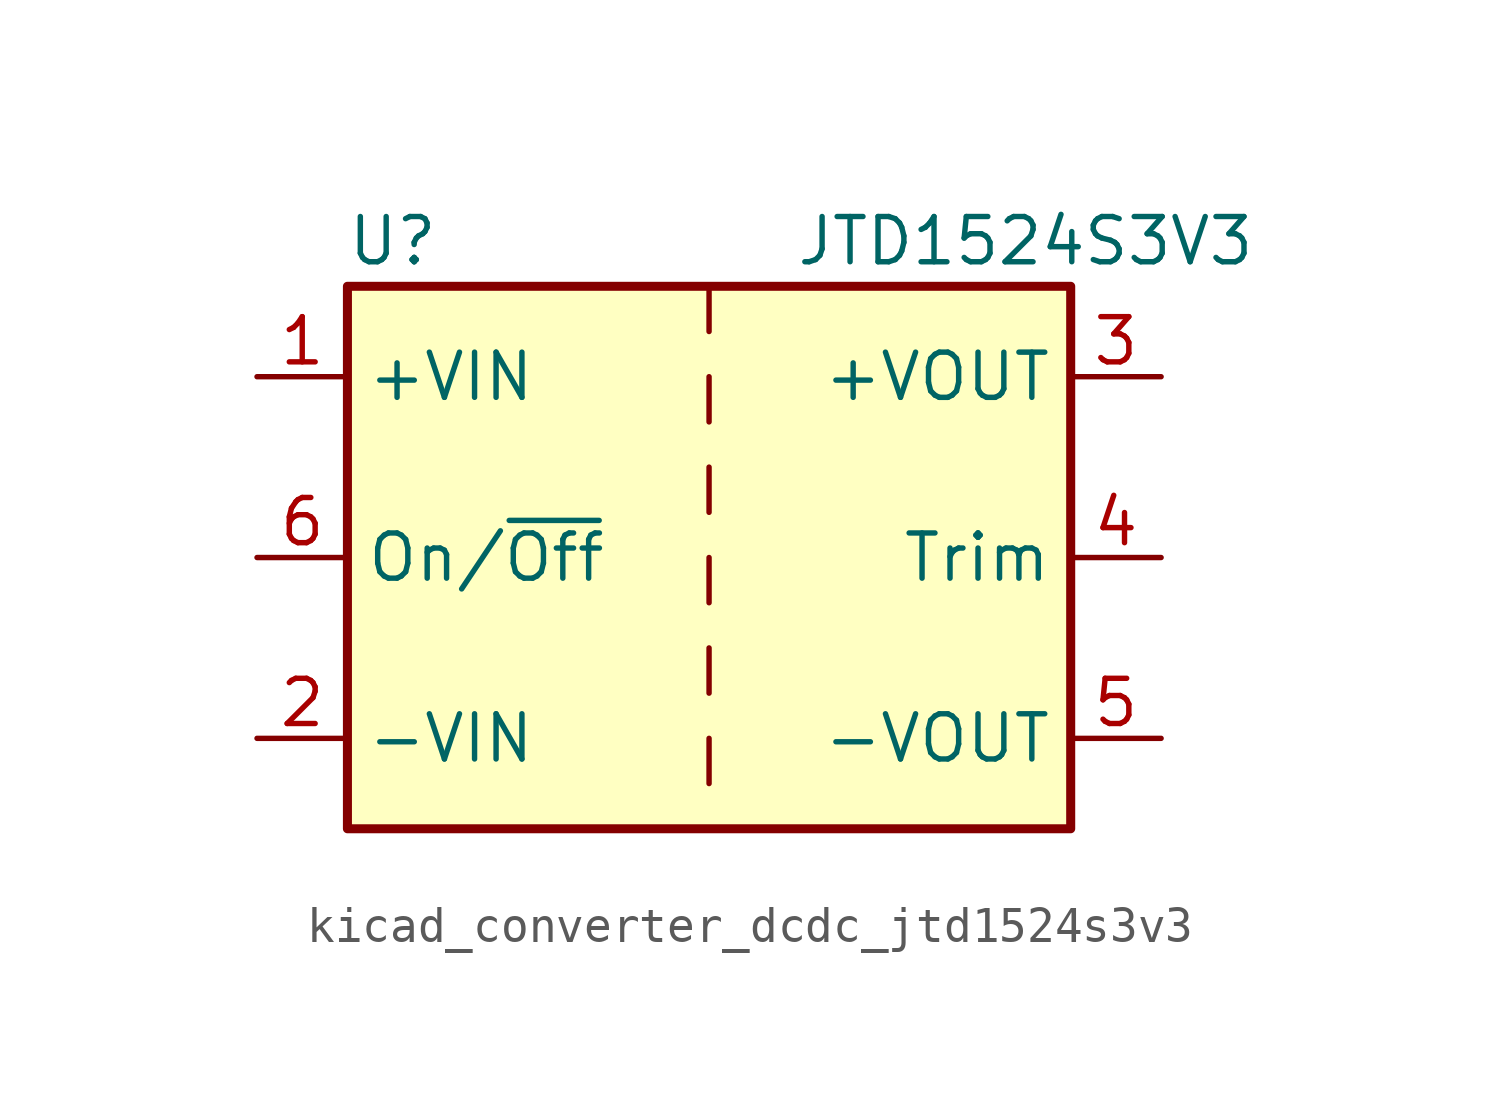
<source format=kicad_sym>
(kicad_symbol_lib
  (version 20220914)
  (generator kicad_symbol_editor)
  (symbol "kicad_converter_dcdc_jtd1524s3v3"
    (property "Reference" "U"
      (at -8.89 8.89 0)
      (effects (font (size 1.27 1.27))))
    (property "Value" "JTD1524S3V3"
      (at 8.89 8.89 0)
      (effects (font (size 1.27 1.27))))
    (symbol "kicad_converter_dcdc_jtd1524s3v3_0_1"
      (rectangle (start -10.16 7.62) (end 10.16 -7.62) (stroke (width 0.254) (type default)) (fill (type background)))
      (polyline (pts (xy 0 -5.08) (xy 0 -6.35)) (stroke (width 0) (type default)) (fill (type none)))
      (polyline (pts (xy 0 -2.54) (xy 0 -3.81)) (stroke (width 0) (type default)) (fill (type none)))
      (polyline (pts (xy 0 0) (xy 0 -1.27)) (stroke (width 0) (type default)) (fill (type none)))
      (polyline (pts (xy 0 2.54) (xy 0 1.27)) (stroke (width 0) (type default)) (fill (type none)))
      (polyline (pts (xy 0 5.08) (xy 0 3.81)) (stroke (width 0) (type default)) (fill (type none)))
      (polyline (pts (xy 0 7.62) (xy 0 6.35)) (stroke (width 0) (type default)) (fill (type none))))
    (symbol "kicad_converter_dcdc_jtd1524s3v3_1_1"
      (pin power_in line (at -12.7 5.08 0) (length 2.54) (name "+VIN" (effects (font (size 1.27 1.27)))) (number "1" (effects (font (size 1.27 1.27)))))
      (pin power_in line (at -12.7 -5.08 0) (length 2.54) (name "-VIN" (effects (font (size 1.27 1.27)))) (number "2" (effects (font (size 1.27 1.27)))))
      (pin power_out line (at 12.7 5.08 180) (length 2.54) (name "+VOUT" (effects (font (size 1.27 1.27)))) (number "3" (effects (font (size 1.27 1.27)))))
      (pin input line (at 12.7 0 180) (length 2.54) (name "Trim" (effects (font (size 1.27 1.27)))) (number "4" (effects (font (size 1.27 1.27)))))
      (pin power_out line (at 12.7 -5.08 180) (length 2.54) (name "-VOUT" (effects (font (size 1.27 1.27)))) (number "5" (effects (font (size 1.27 1.27)))))
      (pin input line (at -12.7 0 0) (length 2.54) (name "On/~{Off}" (effects (font (size 1.27 1.27)))) (number "6" (effects (font (size 1.27 1.27))))))))
</source>
